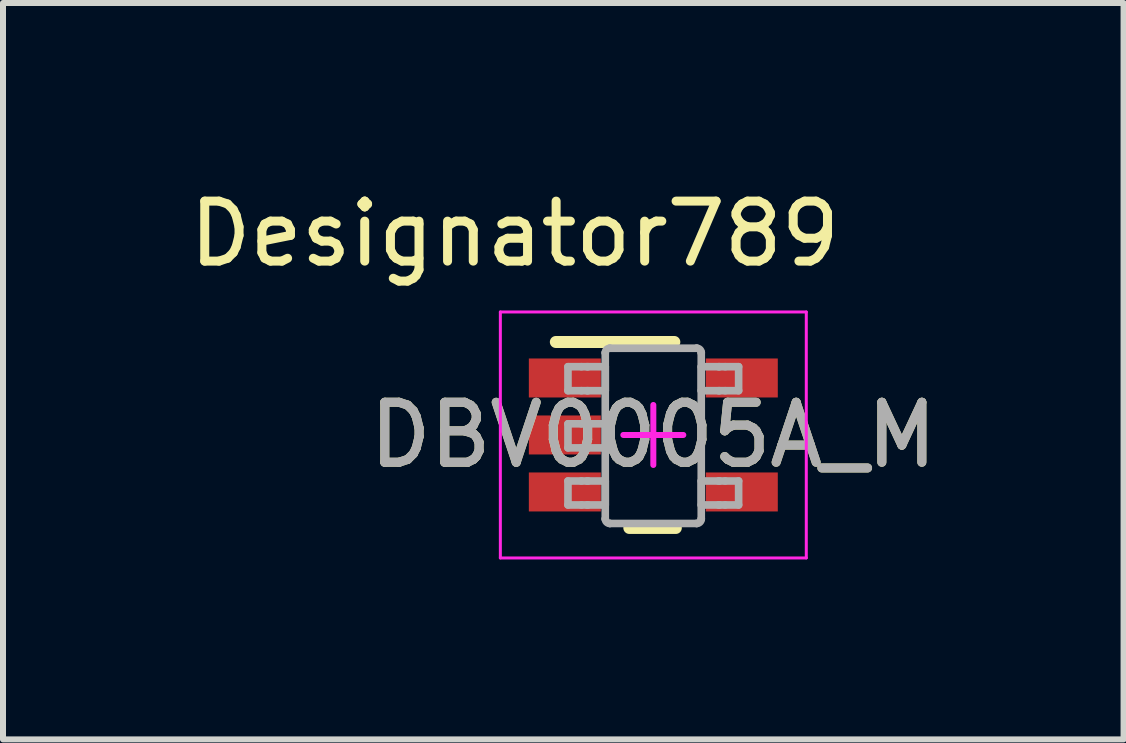
<source format=kicad_pcb>
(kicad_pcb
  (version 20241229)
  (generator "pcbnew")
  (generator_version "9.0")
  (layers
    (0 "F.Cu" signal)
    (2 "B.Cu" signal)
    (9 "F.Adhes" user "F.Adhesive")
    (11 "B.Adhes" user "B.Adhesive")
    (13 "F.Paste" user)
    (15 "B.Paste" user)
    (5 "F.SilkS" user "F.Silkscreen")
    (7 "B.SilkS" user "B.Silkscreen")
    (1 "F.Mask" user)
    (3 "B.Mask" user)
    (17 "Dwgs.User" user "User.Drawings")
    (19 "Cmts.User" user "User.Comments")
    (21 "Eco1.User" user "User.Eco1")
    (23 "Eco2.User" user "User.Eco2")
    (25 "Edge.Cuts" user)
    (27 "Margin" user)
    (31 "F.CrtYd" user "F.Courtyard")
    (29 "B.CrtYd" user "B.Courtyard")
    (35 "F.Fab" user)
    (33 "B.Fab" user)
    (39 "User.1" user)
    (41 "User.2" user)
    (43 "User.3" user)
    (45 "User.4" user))
  (footprint "DBV0005A_M"
    (layer "F.Cu")
    (at 7.841 4.201)
    (property "Reference" "DBV0005A_M" (at 0 0 0) (unlocked yes) (layer "F.SilkS") (effects (font (size 1 1) (thickness 0.15))))
    (attr smd)
    (fp_line (start -1.625 -1.55) (end 0.35 -1.55) (stroke (width 0.2) (type solid)) (layer "F.SilkS"))
    (fp_line (start -0.4 1.55) (end 0.375 1.55) (stroke (width 0.2) (type solid)) (layer "F.SilkS"))
    (fp_line (start -2.55 -2.05) (end 2.55 -2.05) (stroke (width 0.05) (type solid)) (layer "F.CrtYd"))
    (fp_line (start -2.55 2.05) (end -2.55 -2.05) (stroke (width 0.05) (type solid)) (layer "F.CrtYd"))
    (fp_line (start -2.55 2.05) (end 2.55 2.05) (stroke (width 0.05) (type solid)) (layer "F.CrtYd"))
    (fp_line (start -0.5 0) (end 0.5 0) (stroke (width 0.1) (type solid)) (layer "F.CrtYd"))
    (fp_line (start 0 0.5) (end 0 -0.5) (stroke (width 0.1) (type solid)) (layer "F.CrtYd"))
    (fp_line (start 2.55 2.05) (end 2.55 -2.05) (stroke (width 0.05) (type solid)) (layer "F.CrtYd"))
    (fp_line (start -1.423 -1.138) (end -1.199 -1.138) (stroke (width 0.127) (type solid)) (layer "F.Fab"))
    (fp_line (start -1.423 -0.738) (end -1.423 -1.138) (stroke (width 0.127) (type solid)) (layer "F.Fab"))
    (fp_line (start -1.423 -0.738) (end -1.199 -0.738) (stroke (width 0.127) (type solid)) (layer "F.Fab"))
    (fp_line (start -1.423 -0.186) (end -1.199 -0.186) (stroke (width 0.127) (type solid)) (layer "F.Fab"))
    (fp_line (start -1.423 0.215) (end -1.423 -0.186) (stroke (width 0.127) (type solid)) (layer "F.Fab"))
    (fp_line (start -1.423 0.215) (end -1.199 0.215) (stroke (width 0.127) (type solid)) (layer "F.Fab"))
    (fp_line (start -1.423 0.767) (end -1.199 0.767) (stroke (width 0.127) (type solid)) (layer "F.Fab"))
    (fp_line (start -1.423 1.167) (end -1.423 0.767) (stroke (width 0.127) (type solid)) (layer "F.Fab"))
    (fp_line (start -1.423 1.167) (end -1.199 1.167) (stroke (width 0.127) (type solid)) (layer "F.Fab"))
    (fp_line (start -1.199 -1.138) (end -1.105 -1.138) (stroke (width 0.127) (type solid)) (layer "F.Fab"))
    (fp_line (start -1.199 -0.738) (end -1.105 -0.738) (stroke (width 0.127) (type solid)) (layer "F.Fab"))
    (fp_line (start -1.199 -0.186) (end -1.105 -0.186) (stroke (width 0.127) (type solid)) (layer "F.Fab"))
    (fp_line (start -1.199 0.215) (end -1.105 0.215) (stroke (width 0.127) (type solid)) (layer "F.Fab"))
    (fp_line (start -1.199 0.767) (end -1.105 0.767) (stroke (width 0.127) (type solid)) (layer "F.Fab"))
    (fp_line (start -1.199 1.167) (end -1.105 1.167) (stroke (width 0.127) (type solid)) (layer "F.Fab"))
    (fp_line (start -1.105 -1.138) (end -1.088 -1.138) (stroke (width 0.127) (type solid)) (layer "F.Fab"))
    (fp_line (start -1.105 -0.738) (end -1.088 -0.738) (stroke (width 0.127) (type solid)) (layer "F.Fab"))
    (fp_line (start -1.105 -0.186) (end -1.088 -0.186) (stroke (width 0.127) (type solid)) (layer "F.Fab"))
    (fp_line (start -1.105 0.215) (end -1.088 0.215) (stroke (width 0.127) (type solid)) (layer "F.Fab"))
    (fp_line (start -1.105 0.767) (end -1.088 0.767) (stroke (width 0.127) (type solid)) (layer "F.Fab"))
    (fp_line (start -1.105 1.167) (end -1.088 1.167) (stroke (width 0.127) (type solid)) (layer "F.Fab"))
    (fp_line (start -1.088 -1.138) (end -0.835 -1.138) (stroke (width 0.127) (type solid)) (layer "F.Fab"))
    (fp_line (start -1.088 -0.738) (end -0.835 -0.738) (stroke (width 0.127) (type solid)) (layer "F.Fab"))
    (fp_line (start -1.088 -0.186) (end -0.835 -0.186) (stroke (width 0.127) (type solid)) (layer "F.Fab"))
    (fp_line (start -1.088 0.215) (end -0.835 0.215) (stroke (width 0.127) (type solid)) (layer "F.Fab"))
    (fp_line (start -1.088 0.767) (end -0.835 0.767) (stroke (width 0.127) (type solid)) (layer "F.Fab"))
    (fp_line (start -1.088 1.167) (end -0.835 1.167) (stroke (width 0.127) (type solid)) (layer "F.Fab"))
    (fp_line (start -0.835 -1.138) (end -0.801 -1.138) (stroke (width 0.127) (type solid)) (layer "F.Fab"))
    (fp_line (start -0.835 -0.738) (end -0.801 -0.738) (stroke (width 0.127) (type solid)) (layer "F.Fab"))
    (fp_line (start -0.835 -0.186) (end -0.801 -0.186) (stroke (width 0.127) (type solid)) (layer "F.Fab"))
    (fp_line (start -0.835 0.215) (end -0.801 0.215) (stroke (width 0.127) (type solid)) (layer "F.Fab"))
    (fp_line (start -0.835 0.767) (end -0.801 0.767) (stroke (width 0.127) (type solid)) (layer "F.Fab"))
    (fp_line (start -0.835 1.167) (end -0.801 1.167) (stroke (width 0.127) (type solid)) (layer "F.Fab"))
    (fp_line (start -0.801 -1.37) (end -0.801 -1.371) (stroke (width 0.127) (type solid)) (layer "F.Fab"))
    (fp_line (start -0.801 -0.738) (end -0.801 -1.138) (stroke (width 0.127) (type solid)) (layer "F.Fab"))
    (fp_line (start -0.801 0.215) (end -0.801 -0.186) (stroke (width 0.127) (type solid)) (layer "F.Fab"))
    (fp_line (start -0.801 1.167) (end -0.801 0.767) (stroke (width 0.127) (type solid)) (layer "F.Fab"))
    (fp_line (start -0.801 1.399) (end -0.801 -1.37) (stroke (width 0.127) (type solid)) (layer "F.Fab"))
    (fp_line (start -0.801 1.4) (end -0.801 1.399) (stroke (width 0.127) (type solid)) (layer "F.Fab"))
    (fp_line (start -0.725 -1.446) (end -0.725 -1.446) (stroke (width 0.127) (type solid)) (layer "F.Fab"))
    (fp_line (start -0.725 1.475) (end -0.725 1.475) (stroke (width 0.127) (type solid)) (layer "F.Fab"))
    (fp_line (start -0.725 -1.446) (end 0.723 -1.446) (stroke (width 0.127) (type solid)) (layer "F.Fab"))
    (fp_line (start -0.725 1.475) (end 0.723 1.475) (stroke (width 0.127) (type solid)) (layer "F.Fab"))
    (fp_line (start 0.723 -1.446) (end 0.724 -1.446) (stroke (width 0.127) (type solid)) (layer "F.Fab"))
    (fp_line (start 0.723 1.475) (end 0.724 1.475) (stroke (width 0.127) (type solid)) (layer "F.Fab"))
    (fp_line (start 0.799 -1.37) (end 0.799 -1.371) (stroke (width 0.127) (type solid)) (layer "F.Fab"))
    (fp_line (start 0.799 -1.138) (end 0.834 -1.138) (stroke (width 0.127) (type solid)) (layer "F.Fab"))
    (fp_line (start 0.799 -0.738) (end 0.799 -1.138) (stroke (width 0.127) (type solid)) (layer "F.Fab"))
    (fp_line (start 0.799 -0.738) (end 0.834 -0.738) (stroke (width 0.127) (type solid)) (layer "F.Fab"))
    (fp_line (start 0.799 0.767) (end 0.834 0.767) (stroke (width 0.127) (type solid)) (layer "F.Fab"))
    (fp_line (start 0.799 1.167) (end 0.799 0.767) (stroke (width 0.127) (type solid)) (layer "F.Fab"))
    (fp_line (start 0.799 1.167) (end 0.834 1.167) (stroke (width 0.127) (type solid)) (layer "F.Fab"))
    (fp_line (start 0.799 1.399) (end 0.799 -1.37) (stroke (width 0.127) (type solid)) (layer "F.Fab"))
    (fp_line (start 0.799 1.4) (end 0.799 1.399) (stroke (width 0.127) (type solid)) (layer "F.Fab"))
    (fp_line (start 0.834 -1.138) (end 1.087 -1.138) (stroke (width 0.127) (type solid)) (layer "F.Fab"))
    (fp_line (start 0.834 -0.738) (end 1.087 -0.738) (stroke (width 0.127) (type solid)) (layer "F.Fab"))
    (fp_line (start 0.834 0.767) (end 1.087 0.767) (stroke (width 0.127) (type solid)) (layer "F.Fab"))
    (fp_line (start 0.834 1.167) (end 1.087 1.167) (stroke (width 0.127) (type solid)) (layer "F.Fab"))
    (fp_line (start 1.087 -1.138) (end 1.103 -1.138) (stroke (width 0.127) (type solid)) (layer "F.Fab"))
    (fp_line (start 1.087 -0.738) (end 1.103 -0.738) (stroke (width 0.127) (type solid)) (layer "F.Fab"))
    (fp_line (start 1.087 0.767) (end 1.103 0.767) (stroke (width 0.127) (type solid)) (layer "F.Fab"))
    (fp_line (start 1.087 1.167) (end 1.103 1.167) (stroke (width 0.127) (type solid)) (layer "F.Fab"))
    (fp_line (start 1.103 -1.138) (end 1.198 -1.138) (stroke (width 0.127) (type solid)) (layer "F.Fab"))
    (fp_line (start 1.103 -0.738) (end 1.198 -0.738) (stroke (width 0.127) (type solid)) (layer "F.Fab"))
    (fp_line (start 1.103 0.767) (end 1.198 0.767) (stroke (width 0.127) (type solid)) (layer "F.Fab"))
    (fp_line (start 1.103 1.167) (end 1.198 1.167) (stroke (width 0.127) (type solid)) (layer "F.Fab"))
    (fp_line (start 1.198 -1.138) (end 1.422 -1.138) (stroke (width 0.127) (type solid)) (layer "F.Fab"))
    (fp_line (start 1.198 -0.738) (end 1.422 -0.738) (stroke (width 0.127) (type solid)) (layer "F.Fab"))
    (fp_line (start 1.198 0.767) (end 1.422 0.767) (stroke (width 0.127) (type solid)) (layer "F.Fab"))
    (fp_line (start 1.198 1.167) (end 1.422 1.167) (stroke (width 0.127) (type solid)) (layer "F.Fab"))
    (fp_line (start 1.422 -0.738) (end 1.422 -1.138) (stroke (width 0.127) (type solid)) (layer "F.Fab"))
    (fp_line (start 1.422 1.167) (end 1.422 0.767) (stroke (width 0.127) (type solid)) (layer "F.Fab"))
    (fp_arc (start -0.80074 -1.37084) (mid -0.778218 -1.423887) (end -0.724999 -1.445998) (stroke (width 0.127) (type solid)) (layer "F.Fab"))
    (fp_arc (start -0.724999 1.475) (mid -0.778213 1.452901) (end -0.80074 1.399867) (stroke (width 0.127) (type solid)) (layer "F.Fab"))
    (fp_arc (start 0.723714 -1.445998) (mid 0.776933 -1.423887) (end 0.799455 -1.37084) (stroke (width 0.127) (type solid)) (layer "F.Fab"))
    (fp_arc (start 0.799455 1.399868) (mid 0.776927 1.452901) (end 0.723713 1.475) (stroke (width 0.127) (type solid)) (layer "F.Fab"))
    (fp_text user "Designator789" (at -2.311 -3.353 0) (unlocked yes) (layer "F.SilkS") (effects (font (size 1 1) (thickness 0.15))))
    (fp_text user "${REFERENCE}" (at 0 0 0) (unlocked yes) (layer "F.Fab") (effects (font (size 1 1) (thickness 0.15))))
    (pad "1" smd rect (at -1.475 -0.95 90) (size 0.65 1.2) (layers "F.Cu" "F.Mask" "F.Paste"))
    (pad "2" smd rect (at -1.475 0 90) (size 0.65 1.2) (layers "F.Cu" "F.Mask" "F.Paste"))
    (pad "3" smd rect (at -1.475 0.95 90) (size 0.65 1.2) (layers "F.Cu" "F.Mask" "F.Paste"))
    (pad "4" smd rect (at 1.475 0.95 90) (size 0.65 1.2) (layers "F.Cu" "F.Mask" "F.Paste"))
    (pad "5" smd rect (at 1.475 -0.95 90) (size 0.65 1.2) (layers "F.Cu" "F.Mask" "F.Paste")))
  (gr_rect
    (start -3 -3)
    (end 15.68 9.276)
    (stroke (width 0.1) (type default))
    (fill no)
    (layer "Edge.Cuts")))
</source>
